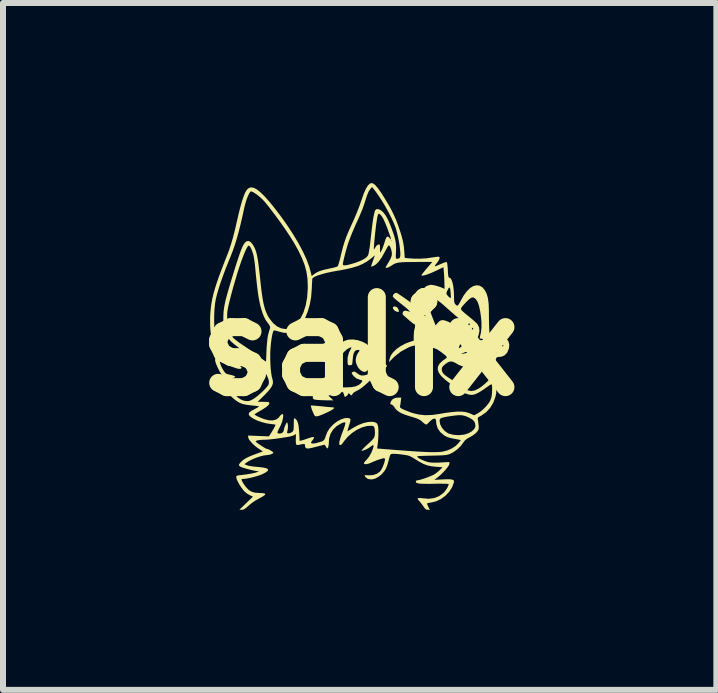
<source format=kicad_pcb>
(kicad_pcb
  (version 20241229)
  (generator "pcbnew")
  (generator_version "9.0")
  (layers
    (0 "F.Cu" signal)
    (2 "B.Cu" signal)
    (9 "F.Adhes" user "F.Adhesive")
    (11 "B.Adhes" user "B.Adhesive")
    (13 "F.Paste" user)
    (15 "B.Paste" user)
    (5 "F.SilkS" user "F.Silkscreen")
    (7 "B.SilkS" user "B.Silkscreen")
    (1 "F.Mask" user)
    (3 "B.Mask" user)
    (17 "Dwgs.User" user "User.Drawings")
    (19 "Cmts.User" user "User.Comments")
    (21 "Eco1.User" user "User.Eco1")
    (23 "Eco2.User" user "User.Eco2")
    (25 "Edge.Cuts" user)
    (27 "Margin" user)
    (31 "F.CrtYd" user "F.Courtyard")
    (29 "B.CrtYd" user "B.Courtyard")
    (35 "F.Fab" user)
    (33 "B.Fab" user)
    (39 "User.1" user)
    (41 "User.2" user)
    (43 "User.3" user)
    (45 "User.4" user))
  (footprint "salix"
    (layer "F.Cu")
    (at 2.943 2.722)
    (property "Reference" "salix" (at 0 0 0) (layer "F.SilkS") (effects (font (size 1.5 1.5) (thickness 0.3))))
    (attr board_only exclude_from_pos_files exclude_from_bom)
    (fp_poly (pts (xy 0.601 -0.663) (xy 0.626 -0.648) (xy 0.635 -0.637) (xy 0.649 -0.61) (xy 0.654 -0.587) (xy 0.65 -0.574) (xy 0.646 -0.574) (xy 0.628 -0.577) (xy 0.61 -0.581) (xy 0.586 -0.593) (xy 0.565 -0.615) (xy 0.553 -0.638) (xy 0.555 -0.654) (xy 0.574 -0.666)) (stroke (width 0) (type solid)) (fill yes) (layer "F.SilkS"))
    (fp_poly (pts (xy -0.713 0.659) (xy -0.678 0.682) (xy -0.629 0.721) (xy -0.568 0.777) (xy -0.555 0.789) (xy -0.438 0.899) (xy -0.561 0.898) (xy -0.618 0.896) (xy -0.671 0.894) (xy -0.713 0.891) (xy -0.73 0.889) (xy -0.762 0.882) (xy -0.777 0.869) (xy -0.781 0.853) (xy -0.781 0.826) (xy -0.777 0.786) (xy -0.771 0.741) (xy -0.762 0.699) (xy -0.754 0.668) (xy -0.75 0.658) (xy -0.737 0.651)) (stroke (width 0) (type solid)) (fill yes) (layer "F.SilkS"))
    (fp_poly (pts (xy -0.769 0.986) (xy -0.722 0.99) (xy -0.665 0.995) (xy -0.634 0.998) (xy -0.571 1.005) (xy -0.516 1.01) (xy -0.472 1.014) (xy -0.445 1.016) (xy -0.439 1.016) (xy -0.424 1.021) (xy -0.428 1.032) (xy -0.452 1.051) (xy -0.492 1.075) (xy -0.549 1.103) (xy -0.556 1.106) (xy -0.621 1.135) (xy -0.67 1.154) (xy -0.705 1.164) (xy -0.729 1.165) (xy -0.746 1.159) (xy -0.756 1.144) (xy -0.77 1.116) (xy -0.786 1.079) (xy -0.8 1.042) (xy -0.81 1.009) (xy -0.814 0.989) (xy -0.814 0.985) (xy -0.801 0.984)) (stroke (width 0) (type solid)) (fill yes) (layer "F.SilkS"))
    (fp_poly (pts (xy -0.033 -0.104) (xy 0.044 -0.079) (xy 0.113 -0.042) (xy 0.169 0.006) (xy 0.179 0.018) (xy 0.198 0.047) (xy 0.223 0.09) (xy 0.25 0.142) (xy 0.276 0.195) (xy 0.297 0.244) (xy 0.308 0.272) (xy 0.317 0.284) (xy 0.339 0.29) (xy 0.378 0.292) (xy 0.378 0.292) (xy 0.423 0.297) (xy 0.448 0.309) (xy 0.454 0.327) (xy 0.44 0.347) (xy 0.407 0.368) (xy 0.357 0.388) (xy 0.351 0.39) (xy 0.312 0.403) (xy 0.287 0.418) (xy 0.269 0.442) (xy 0.258 0.462) (xy 0.231 0.501) (xy 0.19 0.549) (xy 0.14 0.599) (xy 0.085 0.648) (xy 0.031 0.692) (xy -0.017 0.724) (xy -0.034 0.733) (xy -0.072 0.752) (xy -0.096 0.767) (xy -0.113 0.784) (xy -0.129 0.806) (xy -0.139 0.816) (xy -0.152 0.809) (xy -0.164 0.796) (xy -0.179 0.781) (xy -0.187 0.781) (xy -0.187 0.782) (xy -0.195 0.799) (xy -0.213 0.821) (xy -0.234 0.837) (xy -0.244 0.841) (xy -0.253 0.831) (xy -0.261 0.806) (xy -0.262 0.8) (xy -0.273 0.77) (xy -0.289 0.759) (xy -0.291 0.759) (xy -0.332 0.752) (xy -0.381 0.734) (xy -0.427 0.708) (xy -0.456 0.686) (xy -0.492 0.649) (xy -0.451 0.64) (xy -0.416 0.637) (xy -0.382 0.648) (xy -0.365 0.657) (xy -0.338 0.671) (xy -0.308 0.679) (xy -0.268 0.682) (xy -0.222 0.683) (xy -0.134 0.678) (xy -0.066 0.665) (xy -0.014 0.641) (xy 0.014 0.619) (xy 0.038 0.591) (xy 0.044 0.573) (xy 0.03 0.562) (xy 0.004 0.555) (xy -0.055 0.533) (xy -0.104 0.49) (xy -0.119 0.47) (xy -0.132 0.448) (xy -0.131 0.436) (xy -0.114 0.425) (xy -0.095 0.419) (xy -0.076 0.424) (xy -0.048 0.443) (xy -0.047 0.444) (xy -0.005 0.473) (xy 0.032 0.485) (xy 0.074 0.483) (xy 0.111 0.474) (xy 0.158 0.455) (xy 0.186 0.432) (xy 0.198 0.399) (xy 0.199 0.38) (xy 0.197 0.359) (xy 0.19 0.353) (xy 0.174 0.361) (xy 0.145 0.386) (xy 0.139 0.391) (xy 0.111 0.415) (xy 0.09 0.424) (xy 0.068 0.423) (xy 0.059 0.421) (xy 0.015 0.397) (xy -0.023 0.356) (xy -0.051 0.301) (xy -0.064 0.261) (xy -0.065 0.212) (xy -0.053 0.158) (xy -0.029 0.11) (xy -0.023 0.102) (xy -0.005 0.076) (xy -0.003 0.063) (xy -0.018 0.059) (xy -0.029 0.058) (xy -0.06 0.064) (xy -0.084 0.084) (xy -0.101 0.12) (xy -0.112 0.174) (xy -0.119 0.248) (xy -0.12 0.257) (xy -0.123 0.29) (xy -0.13 0.306) (xy -0.147 0.312) (xy -0.159 0.313) (xy -0.182 0.314) (xy -0.194 0.306) (xy -0.2 0.283) (xy -0.202 0.266) (xy -0.201 0.183) (xy -0.178 0.101) (xy -0.16 0.065) (xy -0.143 0.034) (xy -0.137 0.018) (xy -0.141 0.015) (xy -0.155 0.018) (xy -0.207 0.044) (xy -0.259 0.09) (xy -0.31 0.153) (xy -0.358 0.228) (xy -0.399 0.314) (xy -0.432 0.407) (xy -0.441 0.441) (xy -0.462 0.502) (xy -0.486 0.541) (xy -0.491 0.545) (xy -0.52 0.571) (xy -0.542 0.547) (xy -0.553 0.531) (xy -0.559 0.511) (xy -0.559 0.48) (xy -0.556 0.441) (xy -0.543 0.362) (xy -0.519 0.274) (xy -0.488 0.188) (xy -0.458 0.123) (xy -0.424 0.071) (xy -0.38 0.016) (xy -0.332 -0.033) (xy -0.285 -0.073) (xy -0.253 -0.093) (xy -0.187 -0.113) (xy -0.112 -0.116)) (stroke (width 0) (type solid)) (fill yes) (layer "F.SilkS"))
    (fp_poly (pts (xy 0.229 -2.712) (xy 0.265 -2.682) (xy 0.308 -2.631) (xy 0.359 -2.559) (xy 0.399 -2.496) (xy 0.467 -2.384) (xy 0.523 -2.286) (xy 0.568 -2.194) (xy 0.607 -2.106) (xy 0.641 -2.015) (xy 0.651 -1.986) (xy 0.681 -1.897) (xy 0.703 -1.823) (xy 0.719 -1.761) (xy 0.73 -1.704) (xy 0.738 -1.647) (xy 0.743 -1.588) (xy 0.751 -1.475) (xy 0.821 -1.468) (xy 0.913 -1.462) (xy 1.011 -1.462) (xy 1.102 -1.467) (xy 1.145 -1.473) (xy 1.214 -1.483) (xy 1.264 -1.49) (xy 1.297 -1.494) (xy 1.317 -1.494) (xy 1.328 -1.49) (xy 1.331 -1.483) (xy 1.332 -1.473) (xy 1.325 -1.449) (xy 1.307 -1.417) (xy 1.293 -1.398) (xy 1.265 -1.363) (xy 1.252 -1.342) (xy 1.255 -1.335) (xy 1.275 -1.34) (xy 1.314 -1.357) (xy 1.339 -1.368) (xy 1.393 -1.391) (xy 1.431 -1.404) (xy 1.45 -1.405) (xy 1.452 -1.404) (xy 1.457 -1.388) (xy 1.462 -1.354) (xy 1.467 -1.308) (xy 1.469 -1.269) (xy 1.472 -1.213) (xy 1.476 -1.177) (xy 1.481 -1.157) (xy 1.488 -1.147) (xy 1.497 -1.145) (xy 1.516 -1.134) (xy 1.533 -1.103) (xy 1.549 -1.055) (xy 1.561 -0.995) (xy 1.568 -0.925) (xy 1.571 -0.857) (xy 1.572 -0.798) (xy 1.574 -0.757) (xy 1.578 -0.731) (xy 1.586 -0.713) (xy 1.594 -0.702) (xy 1.614 -0.684) (xy 1.629 -0.678) (xy 1.64 -0.687) (xy 1.658 -0.713) (xy 1.678 -0.75) (xy 1.681 -0.756) (xy 1.732 -0.847) (xy 1.786 -0.919) (xy 1.84 -0.973) (xy 1.895 -1.006) (xy 1.949 -1.019) (xy 2 -1.012) (xy 2.047 -0.983) (xy 2.085 -0.937) (xy 2.116 -0.877) (xy 2.137 -0.802) (xy 2.149 -0.712) (xy 2.153 -0.602) (xy 2.153 -0.596) (xy 2.153 -0.522) (xy 2.154 -0.441) (xy 2.156 -0.363) (xy 2.157 -0.318) (xy 2.164 -0.187) (xy 2.255 -0.187) (xy 2.321 -0.185) (xy 2.37 -0.176) (xy 2.408 -0.16) (xy 2.442 -0.134) (xy 2.445 -0.131) (xy 2.479 -0.084) (xy 2.493 -0.028) (xy 2.487 0.033) (xy 2.462 0.094) (xy 2.452 0.111) (xy 2.412 0.151) (xy 2.36 0.172) (xy 2.318 0.175) (xy 2.296 0.177) (xy 2.283 0.185) (xy 2.272 0.205) (xy 2.261 0.242) (xy 2.25 0.286) (xy 2.249 0.316) (xy 2.254 0.335) (xy 2.266 0.372) (xy 2.273 0.418) (xy 2.275 0.463) (xy 2.272 0.499) (xy 2.268 0.512) (xy 2.262 0.532) (xy 2.261 0.564) (xy 2.265 0.613) (xy 2.269 0.646) (xy 2.275 0.703) (xy 2.277 0.745) (xy 2.274 0.782) (xy 2.266 0.822) (xy 2.263 0.836) (xy 2.228 0.934) (xy 2.176 1.021) (xy 2.109 1.095) (xy 2.03 1.151) (xy 2.012 1.161) (xy 1.981 1.177) (xy 1.968 1.192) (xy 1.967 1.209) (xy 1.968 1.215) (xy 1.973 1.243) (xy 1.978 1.283) (xy 1.982 1.314) (xy 1.984 1.355) (xy 1.981 1.382) (xy 1.97 1.404) (xy 1.951 1.429) (xy 1.92 1.458) (xy 1.876 1.489) (xy 1.835 1.513) (xy 1.787 1.539) (xy 1.755 1.565) (xy 1.731 1.595) (xy 1.725 1.605) (xy 1.682 1.662) (xy 1.623 1.718) (xy 1.558 1.764) (xy 1.509 1.789) (xy 1.485 1.798) (xy 1.461 1.805) (xy 1.433 1.81) (xy 1.397 1.813) (xy 1.349 1.816) (xy 1.287 1.818) (xy 1.205 1.82) (xy 1.194 1.82) (xy 1.111 1.822) (xy 1.05 1.824) (xy 1.006 1.826) (xy 0.978 1.828) (xy 0.962 1.832) (xy 0.957 1.836) (xy 0.96 1.842) (xy 0.985 1.863) (xy 1.027 1.885) (xy 1.077 1.907) (xy 1.129 1.924) (xy 1.143 1.928) (xy 1.189 1.935) (xy 1.249 1.937) (xy 1.326 1.936) (xy 1.351 1.934) (xy 1.495 1.926) (xy 1.495 1.957) (xy 1.487 1.98) (xy 1.464 2.014) (xy 1.431 2.055) (xy 1.39 2.1) (xy 1.345 2.143) (xy 1.301 2.181) (xy 1.291 2.188) (xy 1.244 2.223) (xy 1.382 2.216) (xy 1.456 2.213) (xy 1.509 2.214) (xy 1.545 2.22) (xy 1.565 2.23) (xy 1.572 2.246) (xy 1.571 2.263) (xy 1.541 2.344) (xy 1.493 2.42) (xy 1.429 2.488) (xy 1.354 2.543) (xy 1.272 2.582) (xy 1.187 2.602) (xy 1.186 2.602) (xy 1.151 2.607) (xy 1.127 2.614) (xy 1.122 2.619) (xy 1.127 2.635) (xy 1.139 2.663) (xy 1.145 2.676) (xy 1.169 2.722) (xy 1.134 2.722) (xy 1.108 2.718) (xy 1.088 2.702) (xy 1.069 2.675) (xy 1.042 2.637) (xy 1.01 2.596) (xy 0.997 2.582) (xy 0.974 2.554) (xy 0.966 2.539) (xy 0.97 2.53) (xy 0.975 2.528) (xy 0.998 2.526) (xy 1.033 2.528) (xy 1.049 2.53) (xy 1.15 2.539) (xy 1.242 2.527) (xy 1.323 2.495) (xy 1.393 2.444) (xy 1.41 2.427) (xy 1.438 2.39) (xy 1.463 2.35) (xy 1.479 2.314) (xy 1.484 2.293) (xy 1.473 2.291) (xy 1.442 2.289) (xy 1.395 2.288) (xy 1.335 2.287) (xy 1.266 2.288) (xy 1.261 2.288) (xy 1.163 2.29) (xy 1.085 2.289) (xy 1.026 2.288) (xy 0.984 2.284) (xy 0.956 2.277) (xy 0.941 2.268) (xy 0.935 2.257) (xy 0.935 2.254) (xy 0.943 2.235) (xy 0.958 2.232) (xy 0.987 2.227) (xy 1.032 2.215) (xy 1.085 2.198) (xy 1.141 2.178) (xy 1.192 2.157) (xy 1.234 2.138) (xy 1.25 2.128) (xy 1.29 2.099) (xy 1.329 2.066) (xy 1.341 2.054) (xy 1.38 2.013) (xy 1.277 2.006) (xy 1.196 1.997) (xy 1.127 1.982) (xy 1.063 1.958) (xy 0.995 1.922) (xy 0.958 1.899) (xy 0.912 1.871) (xy 0.871 1.846) (xy 0.84 1.83) (xy 0.829 1.825) (xy 0.798 1.816) (xy 0.752 1.808) (xy 0.696 1.8) (xy 0.64 1.794) (xy 0.59 1.79) (xy 0.554 1.789) (xy 0.55 1.789) (xy 0.53 1.792) (xy 0.517 1.799) (xy 0.507 1.813) (xy 0.498 1.841) (xy 0.486 1.886) (xy 0.485 1.893) (xy 0.462 1.973) (xy 0.437 2.036) (xy 0.406 2.086) (xy 0.366 2.13) (xy 0.324 2.165) (xy 0.265 2.2) (xy 0.207 2.216) (xy 0.154 2.212) (xy 0.131 2.204) (xy 0.101 2.182) (xy 0.084 2.156) (xy 0.082 2.146) (xy 0.092 2.145) (xy 0.12 2.146) (xy 0.147 2.148) (xy 0.219 2.144) (xy 0.283 2.124) (xy 0.333 2.09) (xy 0.343 2.079) (xy 0.366 2.045) (xy 0.388 1.998) (xy 0.407 1.949) (xy 0.419 1.905) (xy 0.421 1.886) (xy 0.418 1.866) (xy 0.405 1.862) (xy 0.388 1.865) (xy 0.305 1.89) (xy 0.222 1.923) (xy 0.196 1.935) (xy 0.154 1.952) (xy 0.116 1.961) (xy 0.086 1.962) (xy 0.071 1.952) (xy 0.07 1.948) (xy 0.078 1.931) (xy 0.098 1.906) (xy 0.112 1.892) (xy 0.157 1.837) (xy 0.197 1.765) (xy 0.221 1.703) (xy 0.231 1.664) (xy 0.229 1.646) (xy 0.214 1.647) (xy 0.187 1.667) (xy 0.186 1.667) (xy 0.15 1.693) (xy 0.107 1.716) (xy 0.064 1.733) (xy 0.031 1.741) (xy 0.029 1.741) (xy 0.031 1.734) (xy 0.048 1.714) (xy 0.077 1.684) (xy 0.115 1.647) (xy 0.128 1.636) (xy 0.175 1.592) (xy 0.208 1.56) (xy 0.229 1.535) (xy 0.242 1.515) (xy 0.249 1.494) (xy 0.252 1.477) (xy 0.255 1.431) (xy 0.251 1.384) (xy 0.25 1.375) (xy 0.242 1.344) (xy 0.23 1.329) (xy 0.206 1.323) (xy 0.193 1.322) (xy 0.118 1.327) (xy 0.037 1.35) (xy -0.046 1.389) (xy -0.125 1.441) (xy -0.198 1.505) (xy -0.259 1.577) (xy -0.276 1.602) (xy -0.301 1.634) (xy -0.322 1.645) (xy -0.325 1.645) (xy -0.337 1.637) (xy -0.342 1.618) (xy -0.338 1.587) (xy -0.325 1.54) (xy -0.304 1.476) (xy -0.282 1.418) (xy -0.258 1.353) (xy -0.244 1.308) (xy -0.239 1.28) (xy -0.244 1.266) (xy -0.259 1.265) (xy -0.285 1.274) (xy -0.308 1.283) (xy -0.384 1.328) (xy -0.445 1.388) (xy -0.487 1.458) (xy -0.51 1.537) (xy -0.513 1.581) (xy -0.515 1.625) (xy -0.52 1.662) (xy -0.526 1.683) (xy -0.536 1.699) (xy -0.544 1.698) (xy -0.557 1.68) (xy -0.561 1.673) (xy -0.583 1.637) (xy -0.645 1.652) (xy -0.689 1.663) (xy -0.744 1.677) (xy -0.79 1.689) (xy -0.845 1.7) (xy -0.881 1.7) (xy -0.902 1.688) (xy -0.911 1.663) (xy -0.911 1.651) (xy -0.913 1.633) (xy -0.922 1.626) (xy -0.946 1.627) (xy -0.961 1.63) (xy -0.997 1.636) (xy -1.025 1.642) (xy -1.03 1.643) (xy -1.047 1.643) (xy -1.058 1.63) (xy -1.064 1.6) (xy -1.065 1.551) (xy -1.064 1.54) (xy -1.062 1.459) (xy -1.089 1.477) (xy -1.115 1.488) (xy -1.154 1.499) (xy -1.192 1.507) (xy -1.306 1.525) (xy -1.403 1.539) (xy -1.481 1.548) (xy -1.539 1.553) (xy -1.561 1.554) (xy -1.626 1.556) (xy -1.678 1.561) (xy -1.714 1.569) (xy -1.732 1.579) (xy -1.733 1.585) (xy -1.721 1.597) (xy -1.695 1.617) (xy -1.66 1.641) (xy -1.623 1.666) (xy -1.588 1.687) (xy -1.561 1.702) (xy -1.55 1.706) (xy -1.529 1.711) (xy -1.5 1.725) (xy -1.47 1.742) (xy -1.447 1.759) (xy -1.437 1.771) (xy -1.447 1.783) (xy -1.474 1.796) (xy -1.508 1.806) (xy -1.543 1.811) (xy -1.549 1.811) (xy -1.596 1.817) (xy -1.656 1.832) (xy -1.722 1.854) (xy -1.787 1.881) (xy -1.844 1.909) (xy -1.88 1.932) (xy -1.92 1.962) (xy -1.877 1.981) (xy -1.847 1.989) (xy -1.801 1.997) (xy -1.746 2.004) (xy -1.701 2.008) (xy -1.623 2.016) (xy -1.568 2.027) (xy -1.535 2.04) (xy -1.524 2.056) (xy -1.536 2.077) (xy -1.569 2.101) (xy -1.616 2.126) (xy -1.662 2.145) (xy -1.722 2.164) (xy -1.788 2.182) (xy -1.853 2.196) (xy -1.91 2.206) (xy -1.942 2.208) (xy -1.964 2.21) (xy -1.968 2.221) (xy -1.962 2.24) (xy -1.948 2.267) (xy -1.925 2.303) (xy -1.902 2.335) (xy -1.856 2.386) (xy -1.806 2.419) (xy -1.746 2.437) (xy -1.677 2.442) (xy -1.62 2.444) (xy -1.585 2.45) (xy -1.572 2.46) (xy -1.58 2.476) (xy -1.611 2.498) (xy -1.664 2.527) (xy -1.678 2.535) (xy -1.742 2.571) (xy -1.806 2.616) (xy -1.849 2.652) (xy -1.89 2.688) (xy -1.919 2.709) (xy -1.944 2.72) (xy -1.965 2.722) (xy -2.004 2.721) (xy -1.891 2.612) (xy -1.778 2.503) (xy -1.837 2.476) (xy -1.88 2.45) (xy -1.92 2.416) (xy -1.934 2.401) (xy -1.971 2.352) (xy -2.005 2.3) (xy -2.032 2.251) (xy -2.05 2.21) (xy -2.056 2.183) (xy -2.055 2.165) (xy -2.046 2.155) (xy -2.025 2.149) (xy -1.989 2.145) (xy -1.891 2.133) (xy -1.81 2.12) (xy -1.747 2.107) (xy -1.723 2.099) (xy -1.677 2.083) (xy -1.731 2.075) (xy -1.766 2.068) (xy -1.815 2.057) (xy -1.871 2.042) (xy -1.9 2.034) (xy -1.957 2.017) (xy -1.993 2.001) (xy -2.01 1.986) (xy -2.01 1.967) (xy -1.994 1.943) (xy -1.976 1.924) (xy -1.941 1.892) (xy -1.896 1.863) (xy -1.837 1.834) (xy -1.76 1.803) (xy -1.732 1.793) (xy -1.613 1.75) (xy -1.68 1.706) (xy -1.73 1.67) (xy -1.776 1.629) (xy -1.816 1.587) (xy -1.844 1.55) (xy -1.857 1.52) (xy -1.858 1.514) (xy -1.858 1.485) (xy -1.685 1.492) (xy -1.513 1.499) (xy -1.482 1.453) (xy -1.463 1.422) (xy -1.442 1.386) (xy -1.422 1.35) (xy -1.408 1.321) (xy -1.402 1.305) (xy -1.402 1.305) (xy -1.413 1.302) (xy -1.441 1.297) (xy -1.48 1.293) (xy -1.481 1.293) (xy -1.557 1.281) (xy -1.635 1.26) (xy -1.709 1.234) (xy -1.773 1.203) (xy -1.82 1.171) (xy -1.829 1.163) (xy -1.847 1.139) (xy -1.847 1.134) (xy -1.753 1.134) (xy -1.743 1.142) (xy -1.718 1.157) (xy -1.691 1.171) (xy -1.599 1.209) (xy -1.518 1.23) (xy -1.449 1.233) (xy -1.392 1.219) (xy -1.35 1.188) (xy -1.34 1.174) (xy -1.319 1.147) (xy -1.297 1.13) (xy -1.292 1.129) (xy -1.28 1.128) (xy -1.275 1.136) (xy -1.274 1.158) (xy -1.277 1.189) (xy -1.291 1.252) (xy -1.317 1.318) (xy -1.321 1.325) (xy -1.347 1.376) (xy -1.364 1.411) (xy -1.37 1.432) (xy -1.367 1.444) (xy -1.355 1.449) (xy -1.341 1.452) (xy -1.303 1.447) (xy -1.275 1.426) (xy -1.262 1.392) (xy -1.262 1.387) (xy -1.257 1.361) (xy -1.244 1.325) (xy -1.237 1.309) (xy -1.222 1.278) (xy -1.214 1.266) (xy -1.207 1.271) (xy -1.201 1.285) (xy -1.195 1.318) (xy -1.196 1.363) (xy -1.204 1.408) (xy -1.21 1.429) (xy -1.208 1.444) (xy -1.19 1.449) (xy -1.162 1.444) (xy -1.141 1.435) (xy -1.122 1.423) (xy -1.109 1.408) (xy -1.102 1.386) (xy -1.099 1.35) (xy -1.098 1.296) (xy -1.098 1.294) (xy -1.098 1.245) (xy -1.096 1.215) (xy -1.093 1.201) (xy -1.085 1.199) (xy -1.076 1.203) (xy -1.051 1.225) (xy -1.033 1.262) (xy -1.019 1.317) (xy -1.011 1.392) (xy -1.008 1.437) (xy -1.001 1.574) (xy -0.965 1.566) (xy -0.934 1.557) (xy -0.891 1.543) (xy -0.861 1.532) (xy -0.808 1.515) (xy -0.774 1.509) (xy -0.76 1.515) (xy -0.764 1.533) (xy -0.786 1.565) (xy -0.79 1.569) (xy -0.808 1.593) (xy -0.811 1.606) (xy -0.801 1.615) (xy -0.801 1.615) (xy -0.777 1.618) (xy -0.736 1.613) (xy -0.716 1.608) (xy -0.661 1.593) (xy -0.624 1.581) (xy -0.601 1.567) (xy -0.586 1.548) (xy -0.574 1.521) (xy -0.568 1.5) (xy -0.539 1.426) (xy -0.5 1.364) (xy -0.445 1.305) (xy -0.439 1.299) (xy -0.379 1.252) (xy -0.316 1.218) (xy -0.256 1.197) (xy -0.201 1.192) (xy -0.17 1.199) (xy -0.159 1.206) (xy -0.154 1.218) (xy -0.155 1.24) (xy -0.164 1.275) (xy -0.18 1.326) (xy -0.192 1.367) (xy -0.201 1.398) (xy -0.204 1.413) (xy -0.204 1.414) (xy -0.193 1.408) (xy -0.167 1.393) (xy -0.13 1.37) (xy -0.107 1.356) (xy -0.022 1.31) (xy 0.063 1.277) (xy 0.142 1.259) (xy 0.212 1.256) (xy 0.245 1.262) (xy 0.275 1.273) (xy 0.292 1.289) (xy 0.304 1.32) (xy 0.305 1.324) (xy 0.31 1.358) (xy 0.312 1.409) (xy 0.312 1.47) (xy 0.309 1.537) (xy 0.304 1.601) (xy 0.297 1.657) (xy 0.297 1.66) (xy 0.29 1.701) (xy 0.674 1.731) (xy 0.823 1.742) (xy 0.951 1.751) (xy 1.06 1.757) (xy 1.151 1.761) (xy 1.228 1.762) (xy 1.291 1.761) (xy 1.343 1.758) (xy 1.384 1.753) (xy 1.461 1.733) (xy 1.534 1.701) (xy 1.598 1.659) (xy 1.645 1.613) (xy 1.646 1.612) (xy 1.686 1.56) (xy 1.634 1.55) (xy 1.565 1.537) (xy 1.513 1.526) (xy 1.475 1.515) (xy 1.445 1.503) (xy 1.419 1.489) (xy 1.405 1.48) (xy 1.342 1.427) (xy 1.3 1.366) (xy 1.278 1.296) (xy 1.276 1.274) (xy 1.273 1.244) (xy 1.332 1.244) (xy 1.342 1.3) (xy 1.371 1.356) (xy 1.414 1.406) (xy 1.465 1.443) (xy 1.483 1.452) (xy 1.563 1.473) (xy 1.651 1.479) (xy 1.739 1.47) (xy 1.81 1.448) (xy 1.861 1.42) (xy 1.9 1.386) (xy 1.923 1.35) (xy 1.928 1.327) (xy 1.923 1.281) (xy 1.905 1.245) (xy 1.872 1.214) (xy 1.819 1.185) (xy 1.818 1.185) (xy 1.774 1.165) (xy 1.734 1.153) (xy 1.692 1.146) (xy 1.644 1.146) (xy 1.583 1.152) (xy 1.508 1.162) (xy 1.441 1.173) (xy 1.393 1.183) (xy 1.361 1.192) (xy 1.343 1.204) (xy 1.334 1.22) (xy 1.332 1.24) (xy 1.332 1.244) (xy 1.273 1.244) (xy 1.272 1.235) (xy 1.267 1.214) (xy 1.257 1.205) (xy 1.242 1.203) (xy 1.214 1.213) (xy 1.177 1.242) (xy 1.162 1.257) (xy 1.137 1.283) (xy 1.119 1.298) (xy 1.104 1.301) (xy 1.085 1.291) (xy 1.057 1.269) (xy 1.022 1.237) (xy 0.992 1.218) (xy 0.945 1.198) (xy 0.878 1.176) (xy 0.853 1.169) (xy 0.76 1.14) (xy 0.688 1.11) (xy 0.634 1.076) (xy 0.596 1.039) (xy 0.582 1.017) (xy 0.562 0.989) (xy 0.542 0.972) (xy 0.535 0.97) (xy 0.514 0.964) (xy 0.51 0.947) (xy 0.521 0.915) (xy 0.55 0.879) (xy 0.593 0.858) (xy 0.644 0.853) (xy 0.692 0.853) (xy 0.684 0.92) (xy 0.679 0.96) (xy 0.674 0.992) (xy 0.671 1.006) (xy 0.675 1.018) (xy 0.695 1.034) (xy 0.735 1.054) (xy 0.751 1.061) (xy 0.868 1.106) (xy 0.979 1.134) (xy 1.089 1.146) (xy 1.206 1.142) (xy 1.308 1.128) (xy 1.428 1.108) (xy 1.528 1.095) (xy 1.612 1.087) (xy 1.682 1.086) (xy 1.741 1.09) (xy 1.793 1.101) (xy 1.841 1.118) (xy 1.849 1.121) (xy 1.905 1.147) (xy 1.957 1.122) (xy 2.006 1.091) (xy 2.06 1.046) (xy 2.111 0.994) (xy 2.153 0.941) (xy 2.174 0.905) (xy 2.189 0.868) (xy 2.199 0.828) (xy 2.205 0.776) (xy 2.206 0.739) (xy 2.207 0.682) (xy 2.205 0.647) (xy 2.2 0.632) (xy 2.197 0.631) (xy 2.181 0.637) (xy 2.154 0.654) (xy 2.123 0.676) (xy 2.045 0.731) (xy 1.981 0.77) (xy 1.928 0.795) (xy 1.883 0.807) (xy 1.865 0.808) (xy 1.822 0.803) (xy 1.773 0.788) (xy 1.718 0.762) (xy 1.653 0.723) (xy 1.576 0.67) (xy 1.486 0.603) (xy 1.425 0.555) (xy 1.36 0.495) (xy 1.319 0.439) (xy 1.3 0.386) (xy 1.301 0.379) (xy 1.367 0.379) (xy 1.372 0.413) (xy 1.386 0.443) (xy 1.413 0.472) (xy 1.457 0.505) (xy 1.484 0.523) (xy 1.535 0.556) (xy 1.594 0.596) (xy 1.652 0.635) (xy 1.67 0.648) (xy 1.716 0.68) (xy 1.758 0.707) (xy 1.791 0.726) (xy 1.805 0.733) (xy 1.861 0.744) (xy 1.922 0.732) (xy 1.989 0.698) (xy 1.996 0.694) (xy 2.037 0.664) (xy 2.085 0.624) (xy 2.129 0.583) (xy 2.135 0.577) (xy 2.171 0.541) (xy 2.192 0.515) (xy 2.203 0.494) (xy 2.208 0.472) (xy 2.208 0.452) (xy 2.207 0.407) (xy 2.201 0.382) (xy 2.187 0.373) (xy 2.159 0.376) (xy 2.135 0.382) (xy 2.058 0.393) (xy 1.998 0.392) (xy 1.934 0.383) (xy 1.863 0.37) (xy 1.793 0.354) (xy 1.728 0.336) (xy 1.675 0.318) (xy 1.641 0.302) (xy 1.586 0.27) (xy 1.544 0.253) (xy 1.508 0.251) (xy 1.472 0.264) (xy 1.43 0.292) (xy 1.413 0.306) (xy 1.383 0.334) (xy 1.37 0.359) (xy 1.367 0.379) (xy 1.301 0.379) (xy 1.304 0.335) (xy 1.332 0.286) (xy 1.383 0.238) (xy 1.417 0.214) (xy 1.439 0.199) (xy 1.45 0.187) (xy 1.449 0.173) (xy 1.434 0.155) (xy 1.404 0.13) (xy 1.402 0.129) (xy 1.688 0.129) (xy 1.723 0.122) (xy 1.759 0.114) (xy 1.8 0.104) (xy 1.803 0.103) (xy 1.847 0.097) (xy 1.878 0.106) (xy 1.903 0.133) (xy 1.913 0.149) (xy 1.928 0.179) (xy 1.931 0.202) (xy 1.923 0.227) (xy 1.922 0.23) (xy 1.905 0.259) (xy 1.886 0.279) (xy 1.885 0.279) (xy 1.874 0.287) (xy 1.881 0.291) (xy 1.902 0.292) (xy 1.936 0.286) (xy 1.975 0.27) (xy 1.986 0.263) (xy 2.033 0.225) (xy 2.062 0.184) (xy 2.073 0.143) (xy 2.067 0.105) (xy 2.044 0.075) (xy 2.003 0.056) (xy 1.992 0.053) (xy 1.96 0.053) (xy 1.912 0.058) (xy 1.857 0.068) (xy 1.801 0.082) (xy 1.753 0.097) (xy 1.72 0.111) (xy 1.688 0.129) (xy 1.402 0.129) (xy 1.357 0.094) (xy 1.354 0.092) (xy 1.318 0.067) (xy 1.289 0.049) (xy 1.258 0.035) (xy 1.221 0.024) (xy 1.171 0.012) (xy 1.13 0.004) (xy 1.05 -0.011) (xy 0.987 -0.018) (xy 0.934 -0.017) (xy 0.885 -0.009) (xy 0.835 0.008) (xy 0.812 0.018) (xy 0.689 0.084) (xy 0.583 0.167) (xy 0.553 0.196) (xy 0.488 0.263) (xy 0.497 0.212) (xy 0.517 0.155) (xy 0.557 0.098) (xy 0.614 0.043) (xy 0.686 -0.007) (xy 0.768 -0.05) (xy 0.838 -0.076) (xy 0.9 -0.096) (xy 0.9 -0.168) (xy 0.906 -0.257) (xy 0.925 -0.331) (xy 0.929 -0.342) (xy 0.93 -0.359) (xy 0.923 -0.362) (xy 0.908 -0.37) (xy 0.881 -0.389) (xy 0.845 -0.418) (xy 0.819 -0.44) (xy 0.781 -0.474) (xy 0.748 -0.502) (xy 0.727 -0.521) (xy 0.72 -0.527) (xy 0.715 -0.544) (xy 0.717 -0.566) (xy 0.733 -0.589) (xy 0.763 -0.596) (xy 0.808 -0.586) (xy 0.814 -0.584) (xy 0.833 -0.577) (xy 0.838 -0.579) (xy 0.827 -0.591) (xy 0.806 -0.613) (xy 0.78 -0.637) (xy 0.74 -0.67) (xy 0.694 -0.707) (xy 0.66 -0.734) (xy 0.618 -0.767) (xy 0.583 -0.797) (xy 0.559 -0.821) (xy 0.551 -0.832) (xy 0.557 -0.856) (xy 0.575 -0.879) (xy 0.6 -0.892) (xy 0.616 -0.892) (xy 0.635 -0.881) (xy 0.668 -0.86) (xy 0.714 -0.829) (xy 0.767 -0.792) (xy 0.824 -0.751) (xy 0.882 -0.708) (xy 0.898 -0.697) (xy 0.936 -0.665) (xy 0.981 -0.623) (xy 1.023 -0.58) (xy 1.029 -0.573) (xy 1.098 -0.497) (xy 1.081 -0.547) (xy 1.066 -0.6) (xy 1.051 -0.666) (xy 1.045 -0.7) (xy 1.148 -0.7) (xy 1.152 -0.665) (xy 1.164 -0.618) (xy 1.185 -0.557) (xy 1.215 -0.477) (xy 1.218 -0.47) (xy 1.265 -0.35) (xy 1.299 -0.39) (xy 1.329 -0.421) (xy 1.36 -0.436) (xy 1.396 -0.438) (xy 1.442 -0.425) (xy 1.499 -0.4) (xy 1.582 -0.355) (xy 1.643 -0.311) (xy 1.684 -0.266) (xy 1.705 -0.217) (xy 1.708 -0.161) (xy 1.695 -0.098) (xy 1.689 -0.082) (xy 1.674 -0.04) (xy 1.661 -0.004) (xy 1.653 0.017) (xy 1.652 0.028) (xy 1.663 0.026) (xy 1.682 0.013) (xy 1.704 -0.007) (xy 1.727 -0.032) (xy 1.745 -0.057) (xy 1.78 -0.125) (xy 1.797 -0.195) (xy 1.799 -0.244) (xy 1.797 -0.285) (xy 1.793 -0.299) (xy 1.869 -0.299) (xy 1.875 -0.283) (xy 1.881 -0.28) (xy 1.892 -0.289) (xy 1.893 -0.291) (xy 1.884 -0.307) (xy 1.881 -0.31) (xy 1.871 -0.307) (xy 1.869 -0.299) (xy 1.793 -0.299) (xy 1.788 -0.321) (xy 1.769 -0.354) (xy 1.758 -0.368) (xy 1.811 -0.368) (xy 1.817 -0.352) (xy 1.823 -0.351) (xy 1.833 -0.36) (xy 1.834 -0.368) (xy 1.828 -0.384) (xy 1.823 -0.386) (xy 1.812 -0.376) (xy 1.811 -0.368) (xy 1.758 -0.368) (xy 1.739 -0.39) (xy 1.694 -0.432) (xy 1.651 -0.468) (xy 1.595 -0.515) (xy 1.533 -0.569) (xy 1.473 -0.622) (xy 1.472 -0.622) (xy 1.688 -0.622) (xy 1.695 -0.608) (xy 1.712 -0.588) (xy 1.742 -0.562) (xy 1.787 -0.524) (xy 1.807 -0.508) (xy 1.856 -0.468) (xy 1.901 -0.43) (xy 1.937 -0.397) (xy 1.959 -0.375) (xy 1.962 -0.372) (xy 1.989 -0.319) (xy 1.996 -0.258) (xy 1.981 -0.188) (xy 1.97 -0.159) (xy 1.939 -0.091) (xy 1.976 -0.098) (xy 2.009 -0.103) (xy 2.034 -0.105) (xy 2.053 -0.11) (xy 2.054 -0.113) (xy 2.138 -0.113) (xy 2.147 -0.104) (xy 2.169 -0.087) (xy 2.184 -0.076) (xy 2.215 -0.049) (xy 2.239 -0.014) (xy 2.259 0.035) (xy 2.274 0.088) (xy 2.28 0.111) (xy 2.284 0.112) (xy 2.287 0.094) (xy 2.287 0.064) (xy 2.281 0.027) (xy 2.278 0.019) (xy 2.265 -0.015) (xy 2.365 -0.015) (xy 2.374 -0.003) (xy 2.384 0) (xy 2.395 -0.008) (xy 2.395 -0.01) (xy 2.388 -0.027) (xy 2.372 -0.029) (xy 2.37 -0.028) (xy 2.365 -0.015) (xy 2.265 -0.015) (xy 2.263 -0.021) (xy 2.24 -0.063) (xy 2.235 -0.072) (xy 2.211 -0.102) (xy 2.188 -0.115) (xy 2.172 -0.117) (xy 2.148 -0.116) (xy 2.138 -0.113) (xy 2.054 -0.113) (xy 2.056 -0.117) (xy 2.046 -0.125) (xy 2.026 -0.129) (xy 2.004 -0.132) (xy 2 -0.145) (xy 2.002 -0.155) (xy 2.021 -0.234) (xy 2.029 -0.313) (xy 2.029 -0.399) (xy 2.023 -0.474) (xy 2.008 -0.587) (xy 1.988 -0.677) (xy 1.963 -0.745) (xy 1.934 -0.79) (xy 1.9 -0.813) (xy 1.889 -0.816) (xy 1.87 -0.815) (xy 1.85 -0.805) (xy 1.823 -0.785) (xy 1.786 -0.75) (xy 1.776 -0.74) (xy 1.741 -0.703) (xy 1.711 -0.669) (xy 1.693 -0.643) (xy 1.689 -0.635) (xy 1.688 -0.622) (xy 1.472 -0.622) (xy 1.449 -0.643) (xy 1.382 -0.703) (xy 1.328 -0.746) (xy 1.286 -0.775) (xy 1.252 -0.79) (xy 1.224 -0.793) (xy 1.2 -0.785) (xy 1.182 -0.771) (xy 1.163 -0.75) (xy 1.152 -0.728) (xy 1.148 -0.7) (xy 1.045 -0.7) (xy 1.039 -0.735) (xy 1.031 -0.799) (xy 1.028 -0.844) (xy 1.034 -0.886) (xy 1.445 -0.886) (xy 1.45 -0.869) (xy 1.457 -0.857) (xy 1.479 -0.831) (xy 1.503 -0.812) (xy 1.518 -0.807) (xy 1.519 -0.817) (xy 1.519 -0.845) (xy 1.516 -0.884) (xy 1.516 -0.886) (xy 1.511 -0.94) (xy 1.505 -0.972) (xy 1.496 -0.982) (xy 1.483 -0.972) (xy 1.467 -0.943) (xy 1.466 -0.94) (xy 1.45 -0.907) (xy 1.445 -0.886) (xy 1.034 -0.886) (xy 1.037 -0.911) (xy 1.064 -0.964) (xy 1.107 -1.001) (xy 1.13 -1.012) (xy 1.164 -1.023) (xy 1.193 -1.026) (xy 1.23 -1.021) (xy 1.248 -1.017) (xy 1.295 -1.005) (xy 1.343 -0.989) (xy 1.364 -0.981) (xy 1.414 -0.959) (xy 1.412 -1.055) (xy 1.41 -1.115) (xy 1.407 -1.181) (xy 1.403 -1.236) (xy 1.396 -1.32) (xy 1.26 -1.255) (xy 1.195 -1.226) (xy 1.136 -1.203) (xy 1.088 -1.187) (xy 1.052 -1.179) (xy 1.032 -1.181) (xy 1.03 -1.189) (xy 1.039 -1.203) (xy 1.06 -1.23) (xy 1.09 -1.267) (xy 1.122 -1.305) (xy 1.211 -1.408) (xy 0.93 -1.407) (xy 0.835 -1.406) (xy 0.761 -1.405) (xy 0.703 -1.402) (xy 0.657 -1.398) (xy 0.622 -1.391) (xy 0.592 -1.382) (xy 0.565 -1.369) (xy 0.537 -1.351) (xy 0.518 -1.339) (xy 0.484 -1.32) (xy 0.455 -1.309) (xy 0.436 -1.31) (xy 0.432 -1.316) (xy 0.438 -1.329) (xy 0.454 -1.357) (xy 0.476 -1.394) (xy 0.485 -1.408) (xy 0.516 -1.464) (xy 0.533 -1.509) (xy 0.537 -1.552) (xy 0.529 -1.6) (xy 0.526 -1.613) (xy 0.514 -1.647) (xy 0.499 -1.675) (xy 0.498 -1.676) (xy 0.491 -1.683) (xy 0.483 -1.682) (xy 0.472 -1.67) (xy 0.456 -1.644) (xy 0.433 -1.602) (xy 0.415 -1.569) (xy 0.366 -1.481) (xy 0.317 -1.413) (xy 0.271 -1.366) (xy 0.228 -1.34) (xy 0.219 -1.337) (xy 0.187 -1.329) (xy 0.22 -1.423) (xy 0.253 -1.517) (xy 0.182 -1.459) (xy 0.119 -1.413) (xy 0.05 -1.374) (xy -0.027 -1.341) (xy -0.117 -1.313) (xy -0.223 -1.288) (xy -0.348 -1.264) (xy -0.359 -1.263) (xy -0.463 -1.244) (xy -0.556 -1.224) (xy -0.637 -1.202) (xy -0.703 -1.181) (xy -0.752 -1.16) (xy -0.781 -1.14) (xy -0.789 -1.127) (xy -0.791 -1.107) (xy -0.793 -1.069) (xy -0.796 -1.018) (xy -0.798 -0.959) (xy -0.799 -0.952) (xy -0.809 -0.823) (xy -0.831 -0.699) (xy -0.864 -0.585) (xy -0.906 -0.481) (xy -0.956 -0.392) (xy -1.013 -0.319) (xy -1.076 -0.266) (xy -1.113 -0.245) (xy -1.184 -0.225) (xy -1.265 -0.227) (xy -1.349 -0.248) (xy -1.388 -0.26) (xy -1.418 -0.266) (xy -1.432 -0.266) (xy -1.443 -0.244) (xy -1.455 -0.202) (xy -1.466 -0.144) (xy -1.476 -0.073) (xy -1.484 0.007) (xy -1.485 0.02) (xy -1.49 0.104) (xy -1.49 0.193) (xy -1.488 0.283) (xy -1.483 0.369) (xy -1.474 0.446) (xy -1.464 0.507) (xy -1.455 0.539) (xy -1.446 0.579) (xy -1.446 0.616) (xy -1.459 0.655) (xy -1.485 0.698) (xy -1.526 0.748) (xy -1.584 0.809) (xy -1.602 0.827) (xy -1.7 0.923) (xy -1.616 0.923) (xy -1.561 0.924) (xy -1.526 0.927) (xy -1.508 0.934) (xy -1.504 0.947) (xy -1.511 0.966) (xy -1.512 0.968) (xy -1.532 0.99) (xy -1.57 1.019) (xy -1.625 1.054) (xy -1.64 1.063) (xy -1.685 1.089) (xy -1.722 1.111) (xy -1.746 1.127) (xy -1.753 1.134) (xy -1.847 1.134) (xy -1.848 1.117) (xy -1.832 1.095) (xy -1.797 1.07) (xy -1.749 1.044) (xy -1.712 1.024) (xy -1.686 1.008) (xy -1.676 0.999) (xy -1.677 0.998) (xy -1.692 0.995) (xy -1.726 0.991) (xy -1.772 0.986) (xy -1.812 0.982) (xy -1.892 0.972) (xy -1.955 0.958) (xy -2.009 0.935) (xy -2.06 0.903) (xy -2.104 0.868) (xy -2.161 0.814) (xy -2.203 0.765) (xy -2.226 0.722) (xy -2.232 0.697) (xy -2.225 0.673) (xy -2.204 0.659) (xy -2.164 0.654) (xy -2.158 0.654) (xy -2.121 0.654) (xy -2.15 0.635) (xy -2.212 0.583) (xy -2.273 0.512) (xy -2.328 0.428) (xy -2.374 0.336) (xy -2.388 0.303) (xy -2.403 0.26) (xy -2.409 0.232) (xy -2.408 0.211) (xy -2.402 0.198) (xy -2.382 0.175) (xy -2.356 0.172) (xy -2.333 0.172) (xy -2.325 0.169) (xy -2.33 0.158) (xy -2.345 0.132) (xy -2.362 0.103) (xy -2.402 0.027) (xy -2.438 -0.05) (xy -2.463 -0.12) (xy -2.466 -0.133) (xy -2.479 -0.198) (xy -2.488 -0.28) (xy -2.492 -0.375) (xy -2.492 -0.428) (xy -2.425 -0.428) (xy -2.423 -0.332) (xy -2.416 -0.247) (xy -2.406 -0.177) (xy -2.403 -0.164) (xy -2.362 -0.039) (xy -2.308 0.071) (xy -2.239 0.163) (xy -2.158 0.237) (xy -2.071 0.289) (xy -2.019 0.315) (xy -1.986 0.334) (xy -1.97 0.349) (xy -1.969 0.361) (xy -1.973 0.365) (xy -1.99 0.374) (xy -2.019 0.373) (xy -2.06 0.363) (xy -2.117 0.343) (xy -2.187 0.314) (xy -2.334 0.249) (xy -2.32 0.297) (xy -2.303 0.34) (xy -2.279 0.385) (xy -2.254 0.424) (xy -2.23 0.449) (xy -2.223 0.454) (xy -2.198 0.463) (xy -2.163 0.471) (xy -2.154 0.473) (xy -2.118 0.482) (xy -2.089 0.493) (xy -2.084 0.496) (xy -2.072 0.507) (xy -2.076 0.514) (xy -2.1 0.522) (xy -2.103 0.523) (xy -2.134 0.535) (xy -2.142 0.549) (xy -2.129 0.564) (xy -2.096 0.581) (xy -2.042 0.598) (xy -1.97 0.616) (xy -1.879 0.634) (xy -1.866 0.636) (xy -1.836 0.645) (xy -1.823 0.659) (xy -1.823 0.666) (xy -1.829 0.688) (xy -1.836 0.696) (xy -1.852 0.7) (xy -1.886 0.705) (xy -1.935 0.711) (xy -1.992 0.717) (xy -2.002 0.718) (xy -2.156 0.732) (xy -2.09 0.797) (xy -2.029 0.852) (xy -1.975 0.887) (xy -1.923 0.906) (xy -1.879 0.911) (xy -1.846 0.909) (xy -1.815 0.899) (xy -1.779 0.88) (xy -1.751 0.862) (xy -1.705 0.828) (xy -1.655 0.785) (xy -1.606 0.74) (xy -1.563 0.695) (xy -1.531 0.656) (xy -1.519 0.638) (xy -1.511 0.599) (xy -1.52 0.547) (xy -1.545 0.485) (xy -1.586 0.415) (xy -1.622 0.363) (xy -1.662 0.309) (xy -1.694 0.268) (xy -1.723 0.236) (xy -1.753 0.208) (xy -1.79 0.18) (xy -1.837 0.146) (xy -1.881 0.116) (xy -1.971 0.054) (xy -2.043 0.001) (xy -2.1 -0.044) (xy -2.145 -0.085) (xy -2.18 -0.125) (xy -2.207 -0.164) (xy -2.229 -0.206) (xy -2.245 -0.244) (xy -2.256 -0.276) (xy -2.264 -0.308) (xy -2.269 -0.346) (xy -2.271 -0.396) (xy -2.272 -0.462) (xy -2.271 -0.521) (xy -2.271 -0.522) (xy -2.208 -0.522) (xy -2.207 -0.466) (xy -2.206 -0.432) (xy -2.202 -0.362) (xy -2.197 -0.309) (xy -2.189 -0.27) (xy -2.179 -0.238) (xy -2.177 -0.233) (xy -2.145 -0.183) (xy -2.091 -0.128) (xy -2.015 -0.068) (xy -1.939 -0.017) (xy -1.892 0.015) (xy -1.844 0.048) (xy -1.805 0.078) (xy -1.799 0.082) (xy -1.765 0.109) (xy -1.72 0.143) (xy -1.671 0.178) (xy -1.653 0.19) (xy -1.56 0.255) (xy -1.553 0.072) (xy -1.549 0.002) (xy -1.543 -0.067) (xy -1.537 -0.128) (xy -1.53 -0.174) (xy -1.527 -0.187) (xy -1.516 -0.231) (xy -1.505 -0.27) (xy -1.497 -0.293) (xy -1.492 -0.315) (xy -1.496 -0.336) (xy -1.51 -0.363) (xy -1.537 -0.4) (xy -1.549 -0.415) (xy -1.572 -0.449) (xy -1.595 -0.497) (xy -1.616 -0.548) (xy -1.618 -0.554) (xy -1.637 -0.613) (xy -1.654 -0.673) (xy -1.668 -0.737) (xy -1.682 -0.806) (xy -1.694 -0.885) (xy -1.706 -0.977) (xy -1.718 -1.083) (xy -1.731 -1.208) (xy -1.741 -1.314) (xy -1.747 -1.377) (xy -1.756 -1.44) (xy -1.765 -1.493) (xy -1.771 -1.524) (xy -1.788 -1.578) (xy -1.806 -1.625) (xy -1.825 -1.66) (xy -1.842 -1.678) (xy -1.85 -1.68) (xy -1.866 -1.665) (xy -1.887 -1.629) (xy -1.912 -1.575) (xy -1.94 -1.505) (xy -1.972 -1.421) (xy -2.005 -1.324) (xy -2.039 -1.218) (xy -2.073 -1.104) (xy -2.108 -0.984) (xy -2.141 -0.861) (xy -2.173 -0.736) (xy -2.175 -0.728) (xy -2.19 -0.663) (xy -2.2 -0.612) (xy -2.206 -0.568) (xy -2.208 -0.522) (xy -2.271 -0.522) (xy -2.268 -0.577) (xy -2.261 -0.633) (xy -2.251 -0.693) (xy -2.237 -0.76) (xy -2.217 -0.836) (xy -2.192 -0.927) (xy -2.16 -1.034) (xy -2.137 -1.11) (xy -2.096 -1.244) (xy -2.061 -1.357) (xy -2.03 -1.451) (xy -2.004 -1.529) (xy -1.982 -1.591) (xy -1.962 -1.64) (xy -1.945 -1.678) (xy -1.929 -1.706) (xy -1.913 -1.727) (xy -1.898 -1.742) (xy -1.881 -1.752) (xy -1.88 -1.753) (xy -1.85 -1.757) (xy -1.817 -1.739) (xy -1.783 -1.699) (xy -1.762 -1.664) (xy -1.746 -1.632) (xy -1.732 -1.596) (xy -1.719 -1.554) (xy -1.708 -1.504) (xy -1.697 -1.443) (xy -1.686 -1.367) (xy -1.675 -1.275) (xy -1.662 -1.162) (xy -1.659 -1.134) (xy -1.645 -1.001) (xy -1.631 -0.889) (xy -1.617 -0.795) (xy -1.602 -0.716) (xy -1.586 -0.65) (xy -1.568 -0.593) (xy -1.547 -0.544) (xy -1.524 -0.498) (xy -1.501 -0.462) (xy -1.442 -0.388) (xy -1.377 -0.334) (xy -1.308 -0.301) (xy -1.237 -0.29) (xy -1.176 -0.298) (xy -1.121 -0.322) (xy -1.068 -0.364) (xy -1.047 -0.385) (xy -0.986 -0.467) (xy -0.936 -0.568) (xy -0.899 -0.686) (xy -0.875 -0.819) (xy -0.865 -0.967) (xy -0.865 -1.006) (xy -0.87 -1.128) (xy -0.887 -1.243) (xy -0.917 -1.356) (xy -0.963 -1.474) (xy -1.024 -1.601) (xy -1.027 -1.606) (xy -1.084 -1.709) (xy -1.155 -1.824) (xy -1.236 -1.947) (xy -1.326 -2.075) (xy -1.42 -2.203) (xy -1.515 -2.327) (xy -1.581 -2.408) (xy -1.617 -2.447) (xy -1.658 -2.485) (xy -1.702 -2.521) (xy -1.744 -2.551) (xy -1.78 -2.573) (xy -1.807 -2.583) (xy -1.818 -2.581) (xy -1.837 -2.556) (xy -1.859 -2.512) (xy -1.882 -2.454) (xy -1.903 -2.387) (xy -1.922 -2.315) (xy -1.924 -2.303) (xy -1.958 -2.15) (xy -1.989 -2.017) (xy -2.019 -1.898) (xy -2.049 -1.792) (xy -2.079 -1.694) (xy -2.112 -1.599) (xy -2.148 -1.505) (xy -2.188 -1.408) (xy -2.188 -1.407) (xy -2.231 -1.301) (xy -2.273 -1.188) (xy -2.313 -1.076) (xy -2.348 -0.968) (xy -2.377 -0.87) (xy -2.397 -0.789) (xy -2.41 -0.713) (xy -2.419 -0.624) (xy -2.424 -0.527) (xy -2.425 -0.428) (xy -2.492 -0.428) (xy -2.492 -0.475) (xy -2.488 -0.56) (xy -2.48 -0.64) (xy -2.47 -0.718) (xy -2.455 -0.798) (xy -2.435 -0.882) (xy -2.409 -0.973) (xy -2.377 -1.073) (xy -2.337 -1.186) (xy -2.289 -1.313) (xy -2.233 -1.459) (xy -2.211 -1.513) (xy -2.175 -1.608) (xy -2.142 -1.708) (xy -2.11 -1.818) (xy -2.078 -1.943) (xy -2.045 -2.087) (xy -2.044 -2.091) (xy -2.015 -2.218) (xy -1.986 -2.331) (xy -1.958 -2.428) (xy -1.931 -2.507) (xy -1.907 -2.565) (xy -1.904 -2.571) (xy -1.876 -2.615) (xy -1.843 -2.641) (xy -1.805 -2.65) (xy -1.761 -2.641) (xy -1.71 -2.614) (xy -1.652 -2.567) (xy -1.585 -2.501) (xy -1.508 -2.415) (xy -1.444 -2.337) (xy -1.321 -2.178) (xy -1.209 -2.021) (xy -1.108 -1.867) (xy -1.019 -1.718) (xy -0.944 -1.576) (xy -0.883 -1.444) (xy -0.839 -1.324) (xy -0.825 -1.272) (xy -0.799 -1.172) (xy -0.765 -1.2) (xy -0.722 -1.229) (xy -0.67 -1.254) (xy -0.603 -1.275) (xy -0.518 -1.294) (xy -0.505 -1.297) (xy -0.453 -1.308) (xy -0.409 -1.319) (xy -0.378 -1.329) (xy -0.366 -1.335) (xy -0.359 -1.351) (xy -0.356 -1.362) (xy -0.28 -1.362) (xy -0.27 -1.352) (xy -0.239 -1.351) (xy -0.189 -1.36) (xy -0.12 -1.379) (xy -0.076 -1.392) (xy 0.007 -1.423) (xy 0.072 -1.455) (xy 0.117 -1.488) (xy 0.14 -1.519) (xy 0.148 -1.546) (xy 0.156 -1.588) (xy 0.162 -1.626) (xy 0.236 -1.626) (xy 0.237 -1.617) (xy 0.245 -1.623) (xy 0.257 -1.644) (xy 0.261 -1.651) (xy 0.286 -1.685) (xy 0.31 -1.697) (xy 0.326 -1.699) (xy 0.334 -1.693) (xy 0.338 -1.676) (xy 0.339 -1.64) (xy 0.339 -1.631) (xy 0.339 -1.56) (xy 0.362 -1.595) (xy 0.375 -1.622) (xy 0.392 -1.665) (xy 0.408 -1.714) (xy 0.413 -1.729) (xy 0.422 -1.758) (xy 0.526 -1.758) (xy 0.532 -1.753) (xy 0.537 -1.758) (xy 0.532 -1.764) (xy 0.526 -1.758) (xy 0.422 -1.758) (xy 0.43 -1.784) (xy 0.446 -1.818) (xy 0.463 -1.831) (xy 0.481 -1.825) (xy 0.501 -1.804) (xy 0.515 -1.787) (xy 0.522 -1.781) (xy 0.523 -1.787) (xy 0.517 -1.809) (xy 0.504 -1.849) (xy 0.489 -1.889) (xy 0.454 -1.987) (xy 0.422 -2.065) (xy 0.395 -2.124) (xy 0.37 -2.166) (xy 0.346 -2.195) (xy 0.328 -2.208) (xy 0.317 -2.211) (xy 0.309 -2.206) (xy 0.302 -2.188) (xy 0.294 -2.153) (xy 0.288 -2.117) (xy 0.281 -2.075) (xy 0.273 -2.021) (xy 0.266 -1.958) (xy 0.258 -1.89) (xy 0.251 -1.822) (xy 0.245 -1.757) (xy 0.24 -1.7) (xy 0.237 -1.655) (xy 0.236 -1.626) (xy 0.162 -1.626) (xy 0.166 -1.646) (xy 0.175 -1.722) (xy 0.186 -1.819) (xy 0.193 -1.881) (xy 0.204 -1.976) (xy 0.215 -2.064) (xy 0.227 -2.141) (xy 0.239 -2.203) (xy 0.251 -2.249) (xy 0.259 -2.27) (xy 0.28 -2.287) (xy 0.311 -2.287) (xy 0.349 -2.271) (xy 0.353 -2.269) (xy 0.392 -2.235) (xy 0.43 -2.186) (xy 0.468 -2.119) (xy 0.506 -2.033) (xy 0.535 -1.957) (xy 0.564 -1.876) (xy 0.584 -1.81) (xy 0.597 -1.754) (xy 0.604 -1.702) (xy 0.607 -1.647) (xy 0.605 -1.584) (xy 0.605 -1.581) (xy 0.602 -1.527) (xy 0.602 -1.492) (xy 0.604 -1.472) (xy 0.609 -1.463) (xy 0.618 -1.46) (xy 0.62 -1.46) (xy 0.651 -1.464) (xy 0.668 -1.477) (xy 0.676 -1.504) (xy 0.678 -1.541) (xy 0.674 -1.599) (xy 0.666 -1.672) (xy 0.653 -1.754) (xy 0.636 -1.836) (xy 0.618 -1.912) (xy 0.602 -1.969) (xy 0.572 -2.046) (xy 0.531 -2.137) (xy 0.481 -2.235) (xy 0.426 -2.335) (xy 0.368 -2.431) (xy 0.31 -2.519) (xy 0.259 -2.59) (xy 0.207 -2.656) (xy 0.174 -2.619) (xy 0.15 -2.582) (xy 0.124 -2.522) (xy 0.105 -2.463) (xy 0.084 -2.397) (xy 0.065 -2.339) (xy 0.044 -2.282) (xy 0.019 -2.222) (xy -0.01 -2.153) (xy -0.048 -2.07) (xy -0.064 -2.036) (xy -0.095 -1.964) (xy -0.128 -1.887) (xy -0.158 -1.811) (xy -0.182 -1.747) (xy -0.186 -1.736) (xy -0.205 -1.678) (xy -0.224 -1.612) (xy -0.242 -1.545) (xy -0.258 -1.481) (xy -0.271 -1.425) (xy -0.279 -1.382) (xy -0.28 -1.362) (xy -0.356 -1.362) (xy -0.348 -1.385) (xy -0.334 -1.434) (xy -0.319 -1.492) (xy -0.312 -1.525) (xy -0.283 -1.64) (xy -0.253 -1.741) (xy -0.219 -1.836) (xy -0.178 -1.934) (xy -0.146 -2.004) (xy -0.091 -2.125) (xy -0.045 -2.234) (xy -0.005 -2.337) (xy 0.031 -2.441) (xy 0.037 -2.458) (xy 0.071 -2.555) (xy 0.105 -2.629) (xy 0.137 -2.681) (xy 0.169 -2.712) (xy 0.2 -2.722)) (stroke (width 0) (type solid)) (fill yes) (layer "F.SilkS")))
  (gr_rect
    (start -3 -3)
    (end 8.886 8.445)
    (stroke (width 0.1) (type default))
    (fill no)
    (layer "Edge.Cuts")))
</source>
